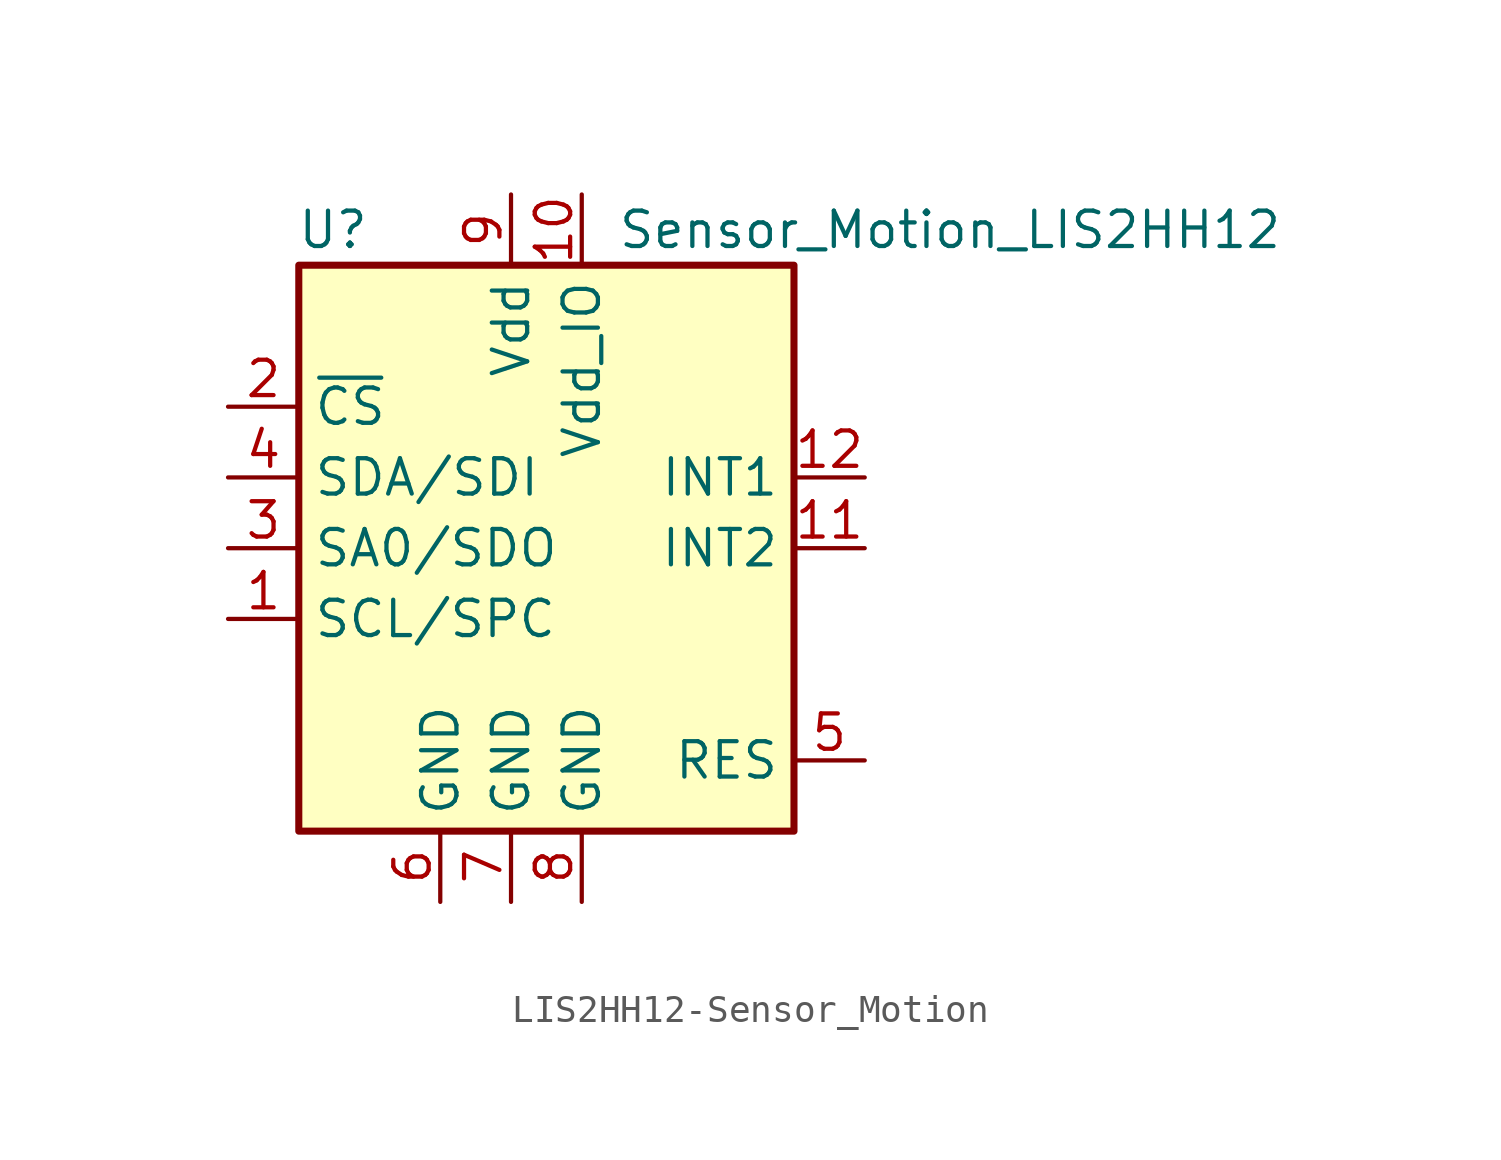
<source format=kicad_sym>
(kicad_symbol_lib
  (version 20220914)
  (generator kicad_symbol_editor)
  (symbol "LIS2HH12-Sensor_Motion"
    (property "Reference" "U"
      (at -5.08 11.43 0)
      (effects (font (size 1.27 1.27)) (justify right)))
    (property "Value" "Sensor_Motion_LIS2HH12"
      (at 3.81 11.43 0)
      (effects (font (size 1.27 1.27)) (justify left)))
    (symbol "LIS2HH12-Sensor_Motion_0_1"
      (rectangle (start -7.62 10.16) (end 10.16 -10.16) (stroke (width 0.254) (type solid)) (fill (type background))))
    (symbol "LIS2HH12-Sensor_Motion_1_1"
      (pin input line (at -10.16 -2.54 0) (length 2.54) (name "SCL/SPC" (effects (font (size 1.27 1.27)))) (number "1" (effects (font (size 1.27 1.27)))))
      (pin power_in line (at 2.54 12.7 270) (length 2.54) (name "Vdd_IO" (effects (font (size 1.27 1.27)))) (number "10" (effects (font (size 1.27 1.27)))))
      (pin output line (at 12.7 0 180) (length 2.54) (name "INT2" (effects (font (size 1.27 1.27)))) (number "11" (effects (font (size 1.27 1.27)))))
      (pin output line (at 12.7 2.54 180) (length 2.54) (name "INT1" (effects (font (size 1.27 1.27)))) (number "12" (effects (font (size 1.27 1.27)))))
      (pin input line (at -10.16 5.08 0) (length 2.54) (name "~{CS}" (effects (font (size 1.27 1.27)))) (number "2" (effects (font (size 1.27 1.27)))))
      (pin bidirectional line (at -10.16 0 0) (length 2.54) (name "SA0/SDO" (effects (font (size 1.27 1.27)))) (number "3" (effects (font (size 1.27 1.27)))))
      (pin bidirectional line (at -10.16 2.54 0) (length 2.54) (name "SDA/SDI" (effects (font (size 1.27 1.27)))) (number "4" (effects (font (size 1.27 1.27)))))
      (pin passive line (at 12.7 -7.62 180) (length 2.54) (name "RES" (effects (font (size 1.27 1.27)))) (number "5" (effects (font (size 1.27 1.27)))))
      (pin power_in line (at -2.54 -12.7 90) (length 2.54) (name "GND" (effects (font (size 1.27 1.27)))) (number "6" (effects (font (size 1.27 1.27)))))
      (pin power_in line (at 0 -12.7 90) (length 2.54) (name "GND" (effects (font (size 1.27 1.27)))) (number "7" (effects (font (size 1.27 1.27)))))
      (pin power_in line (at 2.54 -12.7 90) (length 2.54) (name "GND" (effects (font (size 1.27 1.27)))) (number "8" (effects (font (size 1.27 1.27)))))
      (pin power_in line (at 0 12.7 270) (length 2.54) (name "Vdd" (effects (font (size 1.27 1.27)))) (number "9" (effects (font (size 1.27 1.27))))))))
</source>
